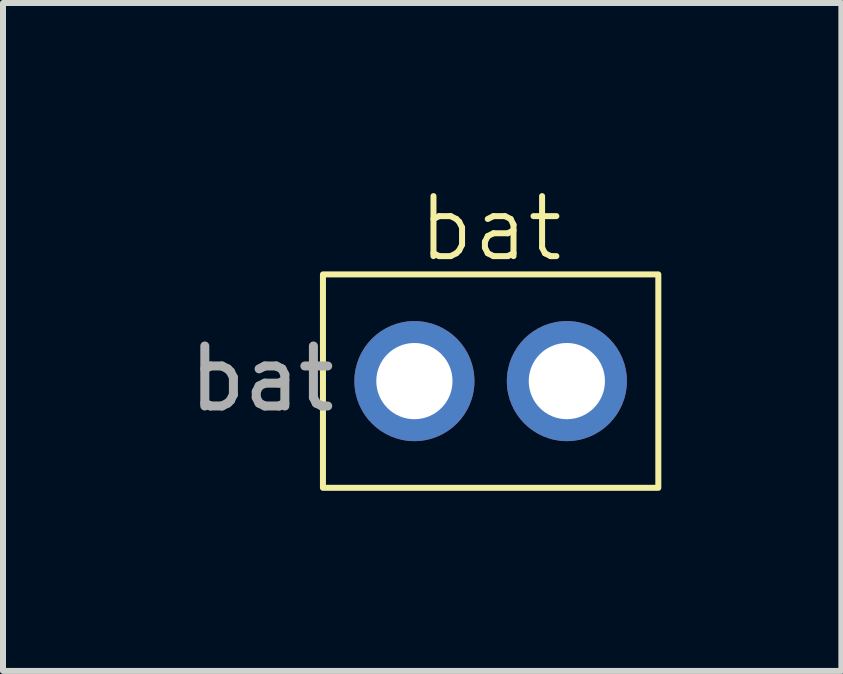
<source format=kicad_pcb>
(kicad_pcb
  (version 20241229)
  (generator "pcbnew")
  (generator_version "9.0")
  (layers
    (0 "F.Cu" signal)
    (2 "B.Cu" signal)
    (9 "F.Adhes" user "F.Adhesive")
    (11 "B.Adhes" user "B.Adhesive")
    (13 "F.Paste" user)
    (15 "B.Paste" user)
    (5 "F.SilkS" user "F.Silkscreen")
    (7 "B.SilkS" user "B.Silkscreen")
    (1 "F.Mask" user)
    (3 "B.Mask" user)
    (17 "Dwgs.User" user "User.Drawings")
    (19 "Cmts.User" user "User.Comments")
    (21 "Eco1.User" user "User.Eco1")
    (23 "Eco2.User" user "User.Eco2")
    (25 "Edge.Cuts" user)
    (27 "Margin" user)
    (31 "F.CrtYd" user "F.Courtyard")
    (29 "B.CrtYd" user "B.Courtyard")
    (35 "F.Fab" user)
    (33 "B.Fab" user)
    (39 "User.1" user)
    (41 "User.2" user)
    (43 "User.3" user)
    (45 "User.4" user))
  (footprint "bat"
    (layer "F.Cu")
    (at 1.315 0.76)
    (property "Reference" "bat" (at 3.81 0 0) (unlocked yes) (layer "F.SilkS") (effects (font (size 1 1) (thickness 0.1))))
    (attr through_hole)
    (fp_rect (start 1.016 0.762) (end 6.604 4.318) (stroke (width 0.1) (type default)) (fill no) (layer "F.SilkS"))
    (fp_text user "${REFERENCE}" (at 0 2.5 0) (unlocked yes) (layer "F.Fab") (effects (font (size 1 1) (thickness 0.15))))
    (pad "1" thru_hole circle (at 2.54 2.54) (size 2 2) (drill 1.27) (layers "*.Cu" "*.Mask"))
    (pad "2" thru_hole circle (at 5.08 2.54) (size 2 2) (drill 1.27) (layers "*.Cu" "*.Mask")))
  (gr_rect
    (start -3 -3)
    (end 10.969 8.129)
    (stroke (width 0.1) (type default))
    (fill no)
    (layer "Edge.Cuts")))
</source>
